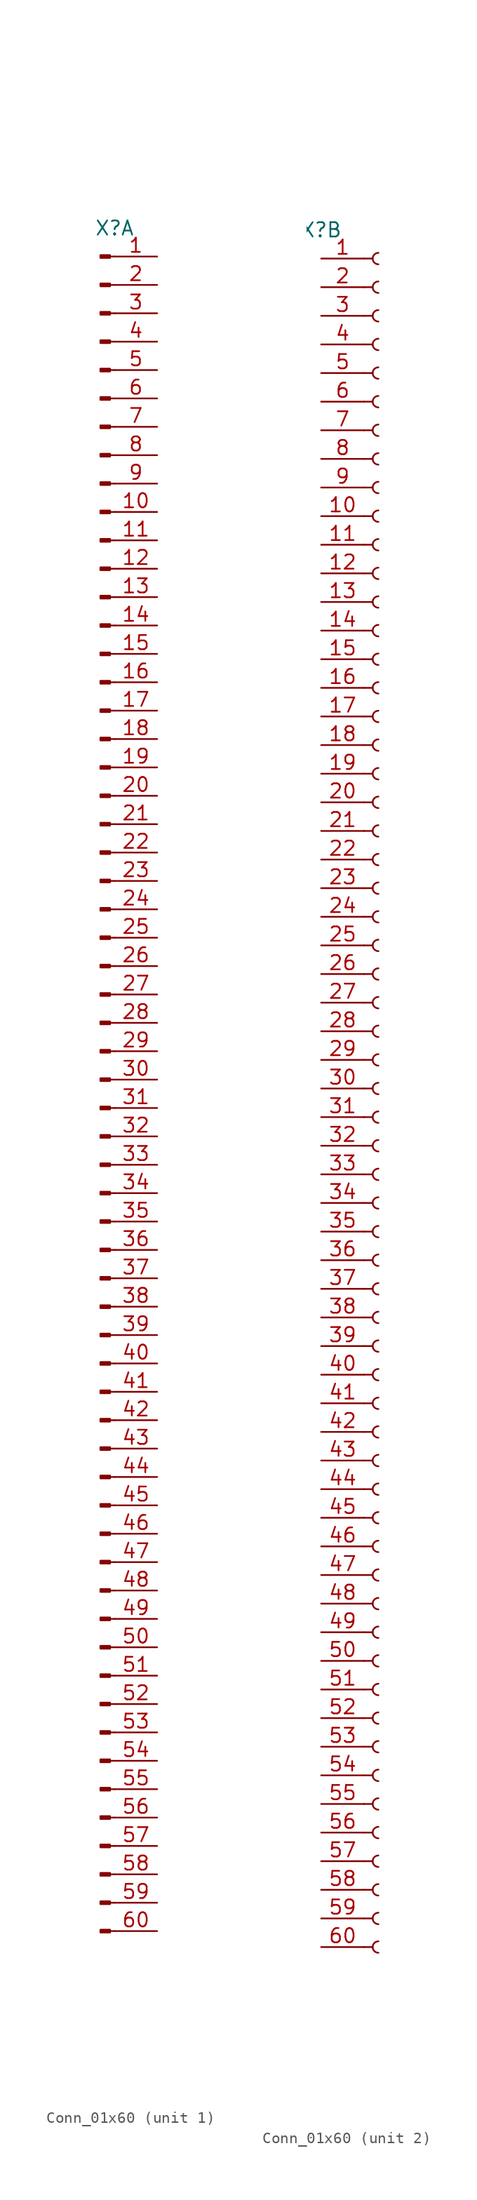
<source format=kicad_sym>
(kicad_symbol_lib
  (version 20241209)
  (generator "kicad_symbol_editor")
  (generator_version "9.0")
  (symbol "Conn_01x60"
    (pin_names
      (offset 1.016)
      (hide yes))
    (property "Reference" "X"
      (at 0 76.2 0)
      (effects (font (size 1.27 1.27))))
    (property "ki_locked" ""
      (at 0 0 0)
      (effects (font (size 1.27 1.27))))
    (symbol "Conn_01x60_1_1"
      (rectangle (start -0.406 73.787) (end -1.27 73.533) (stroke (width 0.152) (type default)) (fill (type outline)))
      (rectangle (start -0.406 71.247) (end -1.27 70.993) (stroke (width 0.152) (type default)) (fill (type outline)))
      (rectangle (start -0.406 68.707) (end -1.27 68.453) (stroke (width 0.152) (type default)) (fill (type outline)))
      (rectangle (start -0.406 66.167) (end -1.27 65.913) (stroke (width 0.152) (type default)) (fill (type outline)))
      (rectangle (start -0.406 63.627) (end -1.27 63.373) (stroke (width 0.152) (type default)) (fill (type outline)))
      (rectangle (start -0.406 61.087) (end -1.27 60.833) (stroke (width 0.152) (type default)) (fill (type outline)))
      (rectangle (start -0.406 58.547) (end -1.27 58.293) (stroke (width 0.152) (type default)) (fill (type outline)))
      (rectangle (start -0.406 56.007) (end -1.27 55.753) (stroke (width 0.152) (type default)) (fill (type outline)))
      (rectangle (start -0.406 53.467) (end -1.27 53.213) (stroke (width 0.152) (type default)) (fill (type outline)))
      (rectangle (start -0.406 50.927) (end -1.27 50.673) (stroke (width 0.152) (type default)) (fill (type outline)))
      (rectangle (start -0.406 48.387) (end -1.27 48.133) (stroke (width 0.152) (type default)) (fill (type outline)))
      (rectangle (start -0.406 45.847) (end -1.27 45.593) (stroke (width 0.152) (type default)) (fill (type outline)))
      (rectangle (start -0.406 43.307) (end -1.27 43.053) (stroke (width 0.152) (type default)) (fill (type outline)))
      (rectangle (start -0.406 40.767) (end -1.27 40.513) (stroke (width 0.152) (type default)) (fill (type outline)))
      (rectangle (start -0.406 38.227) (end -1.27 37.973) (stroke (width 0.152) (type default)) (fill (type outline)))
      (rectangle (start -0.406 35.687) (end -1.27 35.433) (stroke (width 0.152) (type default)) (fill (type outline)))
      (rectangle (start -0.406 33.147) (end -1.27 32.893) (stroke (width 0.152) (type default)) (fill (type outline)))
      (rectangle (start -0.406 30.607) (end -1.27 30.353) (stroke (width 0.152) (type default)) (fill (type outline)))
      (rectangle (start -0.406 28.067) (end -1.27 27.813) (stroke (width 0.152) (type default)) (fill (type outline)))
      (rectangle (start -0.406 25.527) (end -1.27 25.273) (stroke (width 0.152) (type default)) (fill (type outline)))
      (rectangle (start -0.406 22.987) (end -1.27 22.733) (stroke (width 0.152) (type default)) (fill (type outline)))
      (rectangle (start -0.406 20.447) (end -1.27 20.193) (stroke (width 0.152) (type default)) (fill (type outline)))
      (rectangle (start -0.406 17.907) (end -1.27 17.653) (stroke (width 0.152) (type default)) (fill (type outline)))
      (rectangle (start -0.406 15.367) (end -1.27 15.113) (stroke (width 0.152) (type default)) (fill (type outline)))
      (rectangle (start -0.406 12.827) (end -1.27 12.573) (stroke (width 0.152) (type default)) (fill (type outline)))
      (rectangle (start -0.406 10.287) (end -1.27 10.033) (stroke (width 0.152) (type default)) (fill (type outline)))
      (rectangle (start -0.406 7.747) (end -1.27 7.493) (stroke (width 0.152) (type default)) (fill (type outline)))
      (rectangle (start -0.406 5.207) (end -1.27 4.953) (stroke (width 0.152) (type default)) (fill (type outline)))
      (rectangle (start -0.406 2.667) (end -1.27 2.413) (stroke (width 0.152) (type default)) (fill (type outline)))
      (rectangle (start -0.406 0.127) (end -1.27 -0.127) (stroke (width 0.152) (type default)) (fill (type outline)))
      (rectangle (start -0.406 -2.413) (end -1.27 -2.667) (stroke (width 0.152) (type default)) (fill (type outline)))
      (rectangle (start -0.406 -4.953) (end -1.27 -5.207) (stroke (width 0.152) (type default)) (fill (type outline)))
      (rectangle (start -0.406 -7.493) (end -1.27 -7.747) (stroke (width 0.152) (type default)) (fill (type outline)))
      (rectangle (start -0.406 -10.033) (end -1.27 -10.287) (stroke (width 0.152) (type default)) (fill (type outline)))
      (rectangle (start -0.406 -12.573) (end -1.27 -12.827) (stroke (width 0.152) (type default)) (fill (type outline)))
      (rectangle (start -0.406 -15.113) (end -1.27 -15.367) (stroke (width 0.152) (type default)) (fill (type outline)))
      (rectangle (start -0.406 -17.653) (end -1.27 -17.907) (stroke (width 0.152) (type default)) (fill (type outline)))
      (rectangle (start -0.406 -20.193) (end -1.27 -20.447) (stroke (width 0.152) (type default)) (fill (type outline)))
      (rectangle (start -0.406 -22.733) (end -1.27 -22.987) (stroke (width 0.152) (type default)) (fill (type outline)))
      (rectangle (start -0.406 -25.273) (end -1.27 -25.527) (stroke (width 0.152) (type default)) (fill (type outline)))
      (rectangle (start -0.406 -27.813) (end -1.27 -28.067) (stroke (width 0.152) (type default)) (fill (type outline)))
      (rectangle (start -0.406 -30.353) (end -1.27 -30.607) (stroke (width 0.152) (type default)) (fill (type outline)))
      (rectangle (start -0.406 -32.893) (end -1.27 -33.147) (stroke (width 0.152) (type default)) (fill (type outline)))
      (rectangle (start -0.406 -35.433) (end -1.27 -35.687) (stroke (width 0.152) (type default)) (fill (type outline)))
      (rectangle (start -0.406 -37.973) (end -1.27 -38.227) (stroke (width 0.152) (type default)) (fill (type outline)))
      (rectangle (start -0.406 -40.513) (end -1.27 -40.767) (stroke (width 0.152) (type default)) (fill (type outline)))
      (rectangle (start -0.406 -43.053) (end -1.27 -43.307) (stroke (width 0.152) (type default)) (fill (type outline)))
      (rectangle (start -0.406 -45.593) (end -1.27 -45.847) (stroke (width 0.152) (type default)) (fill (type outline)))
      (rectangle (start -0.406 -48.133) (end -1.27 -48.387) (stroke (width 0.152) (type default)) (fill (type outline)))
      (rectangle (start -0.406 -50.673) (end -1.27 -50.927) (stroke (width 0.152) (type default)) (fill (type outline)))
      (rectangle (start -0.406 -53.213) (end -1.27 -53.467) (stroke (width 0.152) (type default)) (fill (type outline)))
      (rectangle (start -0.406 -55.753) (end -1.27 -56.007) (stroke (width 0.152) (type default)) (fill (type outline)))
      (rectangle (start -0.406 -58.293) (end -1.27 -58.547) (stroke (width 0.152) (type default)) (fill (type outline)))
      (rectangle (start -0.406 -60.833) (end -1.27 -61.087) (stroke (width 0.152) (type default)) (fill (type outline)))
      (rectangle (start -0.406 -63.373) (end -1.27 -63.627) (stroke (width 0.152) (type default)) (fill (type outline)))
      (rectangle (start -0.406 -65.913) (end -1.27 -66.167) (stroke (width 0.152) (type default)) (fill (type outline)))
      (rectangle (start -0.406 -68.453) (end -1.27 -68.707) (stroke (width 0.152) (type default)) (fill (type outline)))
      (rectangle (start -0.406 -70.993) (end -1.27 -71.247) (stroke (width 0.152) (type default)) (fill (type outline)))
      (rectangle (start -0.406 -73.533) (end -1.27 -73.787) (stroke (width 0.152) (type default)) (fill (type outline)))
      (rectangle (start -0.406 -76.073) (end -1.27 -76.327) (stroke (width 0.152) (type default)) (fill (type outline)))
      (polyline (pts (xy 0 73.66) (xy -0.406 73.66)) (stroke (width 0.152) (type default)) (fill (type none)))
      (polyline (pts (xy 0 71.12) (xy -0.406 71.12)) (stroke (width 0.152) (type default)) (fill (type none)))
      (polyline (pts (xy 0 68.58) (xy -0.406 68.58)) (stroke (width 0.152) (type default)) (fill (type none)))
      (polyline (pts (xy 0 66.04) (xy -0.406 66.04)) (stroke (width 0.152) (type default)) (fill (type none)))
      (polyline (pts (xy 0 63.5) (xy -0.406 63.5)) (stroke (width 0.152) (type default)) (fill (type none)))
      (polyline (pts (xy 0 60.96) (xy -0.406 60.96)) (stroke (width 0.152) (type default)) (fill (type none)))
      (polyline (pts (xy 0 58.42) (xy -0.406 58.42)) (stroke (width 0.152) (type default)) (fill (type none)))
      (polyline (pts (xy 0 55.88) (xy -0.406 55.88)) (stroke (width 0.152) (type default)) (fill (type none)))
      (polyline (pts (xy 0 53.34) (xy -0.406 53.34)) (stroke (width 0.152) (type default)) (fill (type none)))
      (polyline (pts (xy 0 50.8) (xy -0.406 50.8)) (stroke (width 0.152) (type default)) (fill (type none)))
      (polyline (pts (xy 0 48.26) (xy -0.406 48.26)) (stroke (width 0.152) (type default)) (fill (type none)))
      (polyline (pts (xy 0 45.72) (xy -0.406 45.72)) (stroke (width 0.152) (type default)) (fill (type none)))
      (polyline (pts (xy 0 43.18) (xy -0.406 43.18)) (stroke (width 0.152) (type default)) (fill (type none)))
      (polyline (pts (xy 0 40.64) (xy -0.406 40.64)) (stroke (width 0.152) (type default)) (fill (type none)))
      (polyline (pts (xy 0 38.1) (xy -0.406 38.1)) (stroke (width 0.152) (type default)) (fill (type none)))
      (polyline (pts (xy 0 35.56) (xy -0.406 35.56)) (stroke (width 0.152) (type default)) (fill (type none)))
      (polyline (pts (xy 0 33.02) (xy -0.406 33.02)) (stroke (width 0.152) (type default)) (fill (type none)))
      (polyline (pts (xy 0 30.48) (xy -0.406 30.48)) (stroke (width 0.152) (type default)) (fill (type none)))
      (polyline (pts (xy 0 27.94) (xy -0.406 27.94)) (stroke (width 0.152) (type default)) (fill (type none)))
      (polyline (pts (xy 0 25.4) (xy -0.406 25.4)) (stroke (width 0.152) (type default)) (fill (type none)))
      (polyline (pts (xy 0 22.86) (xy -0.406 22.86)) (stroke (width 0.152) (type default)) (fill (type none)))
      (polyline (pts (xy 0 20.32) (xy -0.406 20.32)) (stroke (width 0.152) (type default)) (fill (type none)))
      (polyline (pts (xy 0 17.78) (xy -0.406 17.78)) (stroke (width 0.152) (type default)) (fill (type none)))
      (polyline (pts (xy 0 15.24) (xy -0.406 15.24)) (stroke (width 0.152) (type default)) (fill (type none)))
      (polyline (pts (xy 0 12.7) (xy -0.406 12.7)) (stroke (width 0.152) (type default)) (fill (type none)))
      (polyline (pts (xy 0 10.16) (xy -0.406 10.16)) (stroke (width 0.152) (type default)) (fill (type none)))
      (polyline (pts (xy 0 7.62) (xy -0.406 7.62)) (stroke (width 0.152) (type default)) (fill (type none)))
      (polyline (pts (xy 0 5.08) (xy -0.406 5.08)) (stroke (width 0.152) (type default)) (fill (type none)))
      (polyline (pts (xy 0 2.54) (xy -0.406 2.54)) (stroke (width 0.152) (type default)) (fill (type none)))
      (polyline (pts (xy 0 0) (xy -0.406 0)) (stroke (width 0.152) (type default)) (fill (type none)))
      (polyline (pts (xy 0 -2.54) (xy -0.406 -2.54)) (stroke (width 0.152) (type default)) (fill (type none)))
      (polyline (pts (xy 0 -5.08) (xy -0.406 -5.08)) (stroke (width 0.152) (type default)) (fill (type none)))
      (polyline (pts (xy 0 -7.62) (xy -0.406 -7.62)) (stroke (width 0.152) (type default)) (fill (type none)))
      (polyline (pts (xy 0 -10.16) (xy -0.406 -10.16)) (stroke (width 0.152) (type default)) (fill (type none)))
      (polyline (pts (xy 0 -12.7) (xy -0.406 -12.7)) (stroke (width 0.152) (type default)) (fill (type none)))
      (polyline (pts (xy 0 -15.24) (xy -0.406 -15.24)) (stroke (width 0.152) (type default)) (fill (type none)))
      (polyline (pts (xy 0 -17.78) (xy -0.406 -17.78)) (stroke (width 0.152) (type default)) (fill (type none)))
      (polyline (pts (xy 0 -20.32) (xy -0.406 -20.32)) (stroke (width 0.152) (type default)) (fill (type none)))
      (polyline (pts (xy 0 -22.86) (xy -0.406 -22.86)) (stroke (width 0.152) (type default)) (fill (type none)))
      (polyline (pts (xy 0 -25.4) (xy -0.406 -25.4)) (stroke (width 0.152) (type default)) (fill (type none)))
      (polyline (pts (xy 0 -27.94) (xy -0.406 -27.94)) (stroke (width 0.152) (type default)) (fill (type none)))
      (polyline (pts (xy 0 -30.48) (xy -0.406 -30.48)) (stroke (width 0.152) (type default)) (fill (type none)))
      (polyline (pts (xy 0 -33.02) (xy -0.406 -33.02)) (stroke (width 0.152) (type default)) (fill (type none)))
      (polyline (pts (xy 0 -35.56) (xy -0.406 -35.56)) (stroke (width 0.152) (type default)) (fill (type none)))
      (polyline (pts (xy 0 -38.1) (xy -0.406 -38.1)) (stroke (width 0.152) (type default)) (fill (type none)))
      (polyline (pts (xy 0 -40.64) (xy -0.406 -40.64)) (stroke (width 0.152) (type default)) (fill (type none)))
      (polyline (pts (xy 0 -43.18) (xy -0.406 -43.18)) (stroke (width 0.152) (type default)) (fill (type none)))
      (polyline (pts (xy 0 -45.72) (xy -0.406 -45.72)) (stroke (width 0.152) (type default)) (fill (type none)))
      (polyline (pts (xy 0 -48.26) (xy -0.406 -48.26)) (stroke (width 0.152) (type default)) (fill (type none)))
      (polyline (pts (xy 0 -50.8) (xy -0.406 -50.8)) (stroke (width 0.152) (type default)) (fill (type none)))
      (polyline (pts (xy 0 -53.34) (xy -0.406 -53.34)) (stroke (width 0.152) (type default)) (fill (type none)))
      (polyline (pts (xy 0 -55.88) (xy -0.406 -55.88)) (stroke (width 0.152) (type default)) (fill (type none)))
      (polyline (pts (xy 0 -58.42) (xy -0.406 -58.42)) (stroke (width 0.152) (type default)) (fill (type none)))
      (polyline (pts (xy 0 -60.96) (xy -0.406 -60.96)) (stroke (width 0.152) (type default)) (fill (type none)))
      (polyline (pts (xy 0 -63.5) (xy -0.406 -63.5)) (stroke (width 0.152) (type default)) (fill (type none)))
      (polyline (pts (xy 0 -66.04) (xy -0.406 -66.04)) (stroke (width 0.152) (type default)) (fill (type none)))
      (polyline (pts (xy 0 -68.58) (xy -0.406 -68.58)) (stroke (width 0.152) (type default)) (fill (type none)))
      (polyline (pts (xy 0 -71.12) (xy -0.406 -71.12)) (stroke (width 0.152) (type default)) (fill (type none)))
      (polyline (pts (xy 0 -73.66) (xy -0.406 -73.66)) (stroke (width 0.152) (type default)) (fill (type none)))
      (polyline (pts (xy 0 -76.2) (xy -0.406 -76.2)) (stroke (width 0.152) (type default)) (fill (type none)))
      (pin passive line (at 3.81 73.66 180) (length 3.81) (name "Pin_1" (effects (font (size 1.27 1.27)))) (number "1" (effects (font (size 1.27 1.27)))))
      (pin passive line (at 3.81 71.12 180) (length 3.81) (name "Pin_2" (effects (font (size 1.27 1.27)))) (number "2" (effects (font (size 1.27 1.27)))))
      (pin passive line (at 3.81 68.58 180) (length 3.81) (name "Pin_3" (effects (font (size 1.27 1.27)))) (number "3" (effects (font (size 1.27 1.27)))))
      (pin passive line (at 3.81 66.04 180) (length 3.81) (name "Pin_4" (effects (font (size 1.27 1.27)))) (number "4" (effects (font (size 1.27 1.27)))))
      (pin passive line (at 3.81 63.5 180) (length 3.81) (name "Pin_5" (effects (font (size 1.27 1.27)))) (number "5" (effects (font (size 1.27 1.27)))))
      (pin passive line (at 3.81 60.96 180) (length 3.81) (name "Pin_6" (effects (font (size 1.27 1.27)))) (number "6" (effects (font (size 1.27 1.27)))))
      (pin passive line (at 3.81 58.42 180) (length 3.81) (name "Pin_7" (effects (font (size 1.27 1.27)))) (number "7" (effects (font (size 1.27 1.27)))))
      (pin passive line (at 3.81 55.88 180) (length 3.81) (name "Pin_8" (effects (font (size 1.27 1.27)))) (number "8" (effects (font (size 1.27 1.27)))))
      (pin passive line (at 3.81 53.34 180) (length 3.81) (name "Pin_9" (effects (font (size 1.27 1.27)))) (number "9" (effects (font (size 1.27 1.27)))))
      (pin passive line (at 3.81 50.8 180) (length 3.81) (name "Pin_10" (effects (font (size 1.27 1.27)))) (number "10" (effects (font (size 1.27 1.27)))))
      (pin passive line (at 3.81 48.26 180) (length 3.81) (name "Pin_11" (effects (font (size 1.27 1.27)))) (number "11" (effects (font (size 1.27 1.27)))))
      (pin passive line (at 3.81 45.72 180) (length 3.81) (name "Pin_12" (effects (font (size 1.27 1.27)))) (number "12" (effects (font (size 1.27 1.27)))))
      (pin passive line (at 3.81 43.18 180) (length 3.81) (name "Pin_13" (effects (font (size 1.27 1.27)))) (number "13" (effects (font (size 1.27 1.27)))))
      (pin passive line (at 3.81 40.64 180) (length 3.81) (name "Pin_14" (effects (font (size 1.27 1.27)))) (number "14" (effects (font (size 1.27 1.27)))))
      (pin passive line (at 3.81 38.1 180) (length 3.81) (name "Pin_15" (effects (font (size 1.27 1.27)))) (number "15" (effects (font (size 1.27 1.27)))))
      (pin passive line (at 3.81 35.56 180) (length 3.81) (name "Pin_16" (effects (font (size 1.27 1.27)))) (number "16" (effects (font (size 1.27 1.27)))))
      (pin passive line (at 3.81 33.02 180) (length 3.81) (name "Pin_17" (effects (font (size 1.27 1.27)))) (number "17" (effects (font (size 1.27 1.27)))))
      (pin passive line (at 3.81 30.48 180) (length 3.81) (name "Pin_18" (effects (font (size 1.27 1.27)))) (number "18" (effects (font (size 1.27 1.27)))))
      (pin passive line (at 3.81 27.94 180) (length 3.81) (name "Pin_19" (effects (font (size 1.27 1.27)))) (number "19" (effects (font (size 1.27 1.27)))))
      (pin passive line (at 3.81 25.4 180) (length 3.81) (name "Pin_20" (effects (font (size 1.27 1.27)))) (number "20" (effects (font (size 1.27 1.27)))))
      (pin passive line (at 3.81 22.86 180) (length 3.81) (name "Pin_21" (effects (font (size 1.27 1.27)))) (number "21" (effects (font (size 1.27 1.27)))))
      (pin passive line (at 3.81 20.32 180) (length 3.81) (name "Pin_22" (effects (font (size 1.27 1.27)))) (number "22" (effects (font (size 1.27 1.27)))))
      (pin passive line (at 3.81 17.78 180) (length 3.81) (name "Pin_23" (effects (font (size 1.27 1.27)))) (number "23" (effects (font (size 1.27 1.27)))))
      (pin passive line (at 3.81 15.24 180) (length 3.81) (name "Pin_24" (effects (font (size 1.27 1.27)))) (number "24" (effects (font (size 1.27 1.27)))))
      (pin passive line (at 3.81 12.7 180) (length 3.81) (name "Pin_25" (effects (font (size 1.27 1.27)))) (number "25" (effects (font (size 1.27 1.27)))))
      (pin passive line (at 3.81 10.16 180) (length 3.81) (name "Pin_26" (effects (font (size 1.27 1.27)))) (number "26" (effects (font (size 1.27 1.27)))))
      (pin passive line (at 3.81 7.62 180) (length 3.81) (name "Pin_27" (effects (font (size 1.27 1.27)))) (number "27" (effects (font (size 1.27 1.27)))))
      (pin passive line (at 3.81 5.08 180) (length 3.81) (name "Pin_28" (effects (font (size 1.27 1.27)))) (number "28" (effects (font (size 1.27 1.27)))))
      (pin passive line (at 3.81 2.54 180) (length 3.81) (name "Pin_29" (effects (font (size 1.27 1.27)))) (number "29" (effects (font (size 1.27 1.27)))))
      (pin passive line (at 3.81 0 180) (length 3.81) (name "Pin_30" (effects (font (size 1.27 1.27)))) (number "30" (effects (font (size 1.27 1.27)))))
      (pin passive line (at 3.81 -2.54 180) (length 3.81) (name "Pin_31" (effects (font (size 1.27 1.27)))) (number "31" (effects (font (size 1.27 1.27)))))
      (pin passive line (at 3.81 -5.08 180) (length 3.81) (name "Pin_32" (effects (font (size 1.27 1.27)))) (number "32" (effects (font (size 1.27 1.27)))))
      (pin passive line (at 3.81 -7.62 180) (length 3.81) (name "Pin_33" (effects (font (size 1.27 1.27)))) (number "33" (effects (font (size 1.27 1.27)))))
      (pin passive line (at 3.81 -10.16 180) (length 3.81) (name "Pin_34" (effects (font (size 1.27 1.27)))) (number "34" (effects (font (size 1.27 1.27)))))
      (pin passive line (at 3.81 -12.7 180) (length 3.81) (name "Pin_35" (effects (font (size 1.27 1.27)))) (number "35" (effects (font (size 1.27 1.27)))))
      (pin passive line (at 3.81 -15.24 180) (length 3.81) (name "Pin_36" (effects (font (size 1.27 1.27)))) (number "36" (effects (font (size 1.27 1.27)))))
      (pin passive line (at 3.81 -17.78 180) (length 3.81) (name "Pin_37" (effects (font (size 1.27 1.27)))) (number "37" (effects (font (size 1.27 1.27)))))
      (pin passive line (at 3.81 -20.32 180) (length 3.81) (name "Pin_38" (effects (font (size 1.27 1.27)))) (number "38" (effects (font (size 1.27 1.27)))))
      (pin passive line (at 3.81 -22.86 180) (length 3.81) (name "Pin_39" (effects (font (size 1.27 1.27)))) (number "39" (effects (font (size 1.27 1.27)))))
      (pin passive line (at 3.81 -25.4 180) (length 3.81) (name "Pin_40" (effects (font (size 1.27 1.27)))) (number "40" (effects (font (size 1.27 1.27)))))
      (pin passive line (at 3.81 -27.94 180) (length 3.81) (name "Pin_41" (effects (font (size 1.27 1.27)))) (number "41" (effects (font (size 1.27 1.27)))))
      (pin passive line (at 3.81 -30.48 180) (length 3.81) (name "Pin_42" (effects (font (size 1.27 1.27)))) (number "42" (effects (font (size 1.27 1.27)))))
      (pin passive line (at 3.81 -33.02 180) (length 3.81) (name "Pin_43" (effects (font (size 1.27 1.27)))) (number "43" (effects (font (size 1.27 1.27)))))
      (pin passive line (at 3.81 -35.56 180) (length 3.81) (name "Pin_44" (effects (font (size 1.27 1.27)))) (number "44" (effects (font (size 1.27 1.27)))))
      (pin passive line (at 3.81 -38.1 180) (length 3.81) (name "Pin_45" (effects (font (size 1.27 1.27)))) (number "45" (effects (font (size 1.27 1.27)))))
      (pin passive line (at 3.81 -40.64 180) (length 3.81) (name "Pin_46" (effects (font (size 1.27 1.27)))) (number "46" (effects (font (size 1.27 1.27)))))
      (pin passive line (at 3.81 -43.18 180) (length 3.81) (name "Pin_47" (effects (font (size 1.27 1.27)))) (number "47" (effects (font (size 1.27 1.27)))))
      (pin passive line (at 3.81 -45.72 180) (length 3.81) (name "Pin_48" (effects (font (size 1.27 1.27)))) (number "48" (effects (font (size 1.27 1.27)))))
      (pin passive line (at 3.81 -48.26 180) (length 3.81) (name "Pin_49" (effects (font (size 1.27 1.27)))) (number "49" (effects (font (size 1.27 1.27)))))
      (pin passive line (at 3.81 -50.8 180) (length 3.81) (name "Pin_50" (effects (font (size 1.27 1.27)))) (number "50" (effects (font (size 1.27 1.27)))))
      (pin passive line (at 3.81 -53.34 180) (length 3.81) (name "Pin_51" (effects (font (size 1.27 1.27)))) (number "51" (effects (font (size 1.27 1.27)))))
      (pin passive line (at 3.81 -55.88 180) (length 3.81) (name "Pin_52" (effects (font (size 1.27 1.27)))) (number "52" (effects (font (size 1.27 1.27)))))
      (pin passive line (at 3.81 -58.42 180) (length 3.81) (name "Pin_53" (effects (font (size 1.27 1.27)))) (number "53" (effects (font (size 1.27 1.27)))))
      (pin passive line (at 3.81 -60.96 180) (length 3.81) (name "Pin_54" (effects (font (size 1.27 1.27)))) (number "54" (effects (font (size 1.27 1.27)))))
      (pin passive line (at 3.81 -63.5 180) (length 3.81) (name "Pin_55" (effects (font (size 1.27 1.27)))) (number "55" (effects (font (size 1.27 1.27)))))
      (pin passive line (at 3.81 -66.04 180) (length 3.81) (name "Pin_56" (effects (font (size 1.27 1.27)))) (number "56" (effects (font (size 1.27 1.27)))))
      (pin passive line (at 3.81 -68.58 180) (length 3.81) (name "Pin_57" (effects (font (size 1.27 1.27)))) (number "57" (effects (font (size 1.27 1.27)))))
      (pin passive line (at 3.81 -71.12 180) (length 3.81) (name "Pin_58" (effects (font (size 1.27 1.27)))) (number "58" (effects (font (size 1.27 1.27)))))
      (pin passive line (at 3.81 -73.66 180) (length 3.81) (name "Pin_59" (effects (font (size 1.27 1.27)))) (number "59" (effects (font (size 1.27 1.27)))))
      (pin passive line (at 3.81 -76.2 180) (length 3.81) (name "Pin_60" (effects (font (size 1.27 1.27)))) (number "60" (effects (font (size 1.27 1.27))))))
    (symbol "Conn_01x60_2_1"
      (polyline (pts (xy 3.81 73.66) (xy 4.572 73.66)) (stroke (width 0.152) (type default)) (fill (type none)))
      (polyline (pts (xy 3.81 71.12) (xy 4.572 71.12)) (stroke (width 0.152) (type default)) (fill (type none)))
      (polyline (pts (xy 3.81 68.58) (xy 4.572 68.58)) (stroke (width 0.152) (type default)) (fill (type none)))
      (polyline (pts (xy 3.81 66.04) (xy 4.572 66.04)) (stroke (width 0.152) (type default)) (fill (type none)))
      (polyline (pts (xy 3.81 63.5) (xy 4.572 63.5)) (stroke (width 0.152) (type default)) (fill (type none)))
      (polyline (pts (xy 3.81 60.96) (xy 4.572 60.96)) (stroke (width 0.152) (type default)) (fill (type none)))
      (polyline (pts (xy 3.81 58.42) (xy 4.572 58.42)) (stroke (width 0.152) (type default)) (fill (type none)))
      (polyline (pts (xy 3.81 55.88) (xy 4.572 55.88)) (stroke (width 0.152) (type default)) (fill (type none)))
      (polyline (pts (xy 3.81 53.34) (xy 4.572 53.34)) (stroke (width 0.152) (type default)) (fill (type none)))
      (polyline (pts (xy 3.81 50.8) (xy 4.572 50.8)) (stroke (width 0.152) (type default)) (fill (type none)))
      (polyline (pts (xy 3.81 48.26) (xy 4.572 48.26)) (stroke (width 0.152) (type default)) (fill (type none)))
      (polyline (pts (xy 3.81 45.72) (xy 4.572 45.72)) (stroke (width 0.152) (type default)) (fill (type none)))
      (polyline (pts (xy 3.81 43.18) (xy 4.572 43.18)) (stroke (width 0.152) (type default)) (fill (type none)))
      (polyline (pts (xy 3.81 40.64) (xy 4.572 40.64)) (stroke (width 0.152) (type default)) (fill (type none)))
      (polyline (pts (xy 3.81 38.1) (xy 4.572 38.1)) (stroke (width 0.152) (type default)) (fill (type none)))
      (polyline (pts (xy 3.81 35.56) (xy 4.572 35.56)) (stroke (width 0.152) (type default)) (fill (type none)))
      (polyline (pts (xy 3.81 33.02) (xy 4.572 33.02)) (stroke (width 0.152) (type default)) (fill (type none)))
      (polyline (pts (xy 3.81 30.48) (xy 4.572 30.48)) (stroke (width 0.152) (type default)) (fill (type none)))
      (polyline (pts (xy 3.81 27.94) (xy 4.572 27.94)) (stroke (width 0.152) (type default)) (fill (type none)))
      (polyline (pts (xy 3.81 25.4) (xy 4.572 25.4)) (stroke (width 0.152) (type default)) (fill (type none)))
      (polyline (pts (xy 3.81 22.86) (xy 4.572 22.86)) (stroke (width 0.152) (type default)) (fill (type none)))
      (polyline (pts (xy 3.81 20.32) (xy 4.572 20.32)) (stroke (width 0.152) (type default)) (fill (type none)))
      (polyline (pts (xy 3.81 17.78) (xy 4.572 17.78)) (stroke (width 0.152) (type default)) (fill (type none)))
      (polyline (pts (xy 3.81 15.24) (xy 4.572 15.24)) (stroke (width 0.152) (type default)) (fill (type none)))
      (polyline (pts (xy 3.81 12.7) (xy 4.572 12.7)) (stroke (width 0.152) (type default)) (fill (type none)))
      (polyline (pts (xy 3.81 10.16) (xy 4.572 10.16)) (stroke (width 0.152) (type default)) (fill (type none)))
      (polyline (pts (xy 3.81 7.62) (xy 4.572 7.62)) (stroke (width 0.152) (type default)) (fill (type none)))
      (polyline (pts (xy 3.81 5.08) (xy 4.572 5.08)) (stroke (width 0.152) (type default)) (fill (type none)))
      (polyline (pts (xy 3.81 2.54) (xy 4.572 2.54)) (stroke (width 0.152) (type default)) (fill (type none)))
      (polyline (pts (xy 3.81 0) (xy 4.572 0)) (stroke (width 0.152) (type default)) (fill (type none)))
      (polyline (pts (xy 3.81 -2.54) (xy 4.572 -2.54)) (stroke (width 0.152) (type default)) (fill (type none)))
      (polyline (pts (xy 3.81 -5.08) (xy 4.572 -5.08)) (stroke (width 0.152) (type default)) (fill (type none)))
      (polyline (pts (xy 3.81 -7.62) (xy 4.572 -7.62)) (stroke (width 0.152) (type default)) (fill (type none)))
      (polyline (pts (xy 3.81 -10.16) (xy 4.572 -10.16)) (stroke (width 0.152) (type default)) (fill (type none)))
      (polyline (pts (xy 3.81 -12.7) (xy 4.572 -12.7)) (stroke (width 0.152) (type default)) (fill (type none)))
      (polyline (pts (xy 3.81 -15.24) (xy 4.572 -15.24)) (stroke (width 0.152) (type default)) (fill (type none)))
      (polyline (pts (xy 3.81 -17.78) (xy 4.572 -17.78)) (stroke (width 0.152) (type default)) (fill (type none)))
      (polyline (pts (xy 3.81 -20.32) (xy 4.572 -20.32)) (stroke (width 0.152) (type default)) (fill (type none)))
      (polyline (pts (xy 3.81 -22.86) (xy 4.572 -22.86)) (stroke (width 0.152) (type default)) (fill (type none)))
      (polyline (pts (xy 3.81 -25.4) (xy 4.572 -25.4)) (stroke (width 0.152) (type default)) (fill (type none)))
      (polyline (pts (xy 3.81 -27.94) (xy 4.572 -27.94)) (stroke (width 0.152) (type default)) (fill (type none)))
      (polyline (pts (xy 3.81 -30.48) (xy 4.572 -30.48)) (stroke (width 0.152) (type default)) (fill (type none)))
      (polyline (pts (xy 3.81 -33.02) (xy 4.572 -33.02)) (stroke (width 0.152) (type default)) (fill (type none)))
      (polyline (pts (xy 3.81 -35.56) (xy 4.572 -35.56)) (stroke (width 0.152) (type default)) (fill (type none)))
      (polyline (pts (xy 3.81 -38.1) (xy 4.572 -38.1)) (stroke (width 0.152) (type default)) (fill (type none)))
      (polyline (pts (xy 3.81 -40.64) (xy 4.572 -40.64)) (stroke (width 0.152) (type default)) (fill (type none)))
      (polyline (pts (xy 3.81 -43.18) (xy 4.572 -43.18)) (stroke (width 0.152) (type default)) (fill (type none)))
      (polyline (pts (xy 3.81 -45.72) (xy 4.572 -45.72)) (stroke (width 0.152) (type default)) (fill (type none)))
      (polyline (pts (xy 3.81 -48.26) (xy 4.572 -48.26)) (stroke (width 0.152) (type default)) (fill (type none)))
      (polyline (pts (xy 3.81 -50.8) (xy 4.572 -50.8)) (stroke (width 0.152) (type default)) (fill (type none)))
      (polyline (pts (xy 3.81 -53.34) (xy 4.572 -53.34)) (stroke (width 0.152) (type default)) (fill (type none)))
      (polyline (pts (xy 3.81 -55.88) (xy 4.572 -55.88)) (stroke (width 0.152) (type default)) (fill (type none)))
      (polyline (pts (xy 3.81 -58.42) (xy 4.572 -58.42)) (stroke (width 0.152) (type default)) (fill (type none)))
      (polyline (pts (xy 3.81 -60.96) (xy 4.572 -60.96)) (stroke (width 0.152) (type default)) (fill (type none)))
      (polyline (pts (xy 3.81 -63.5) (xy 4.572 -63.5)) (stroke (width 0.152) (type default)) (fill (type none)))
      (polyline (pts (xy 3.81 -66.04) (xy 4.572 -66.04)) (stroke (width 0.152) (type default)) (fill (type none)))
      (polyline (pts (xy 3.81 -68.58) (xy 4.572 -68.58)) (stroke (width 0.152) (type default)) (fill (type none)))
      (polyline (pts (xy 3.81 -71.12) (xy 4.572 -71.12)) (stroke (width 0.152) (type default)) (fill (type none)))
      (polyline (pts (xy 3.81 -73.66) (xy 4.572 -73.66)) (stroke (width 0.152) (type default)) (fill (type none)))
      (polyline (pts (xy 3.81 -76.2) (xy 4.572 -76.2)) (stroke (width 0.152) (type default)) (fill (type none)))
      (arc (start 5.08 73.152) (mid 4.5742 73.66) (end 5.08 74.168) (stroke (width 0.1524) (type default)) (fill (type none)))
      (arc (start 5.08 70.612) (mid 4.5742 71.12) (end 5.08 71.628) (stroke (width 0.1524) (type default)) (fill (type none)))
      (arc (start 5.08 68.072) (mid 4.5742 68.58) (end 5.08 69.088) (stroke (width 0.1524) (type default)) (fill (type none)))
      (arc (start 5.08 65.532) (mid 4.5742 66.04) (end 5.08 66.548) (stroke (width 0.1524) (type default)) (fill (type none)))
      (arc (start 5.08 62.992) (mid 4.5742 63.5) (end 5.08 64.008) (stroke (width 0.1524) (type default)) (fill (type none)))
      (arc (start 5.08 60.452) (mid 4.5742 60.96) (end 5.08 61.468) (stroke (width 0.1524) (type default)) (fill (type none)))
      (arc (start 5.08 57.912) (mid 4.5742 58.42) (end 5.08 58.928) (stroke (width 0.1524) (type default)) (fill (type none)))
      (arc (start 5.08 55.372) (mid 4.5742 55.88) (end 5.08 56.388) (stroke (width 0.1524) (type default)) (fill (type none)))
      (arc (start 5.08 52.832) (mid 4.5742 53.34) (end 5.08 53.848) (stroke (width 0.1524) (type default)) (fill (type none)))
      (arc (start 5.08 50.292) (mid 4.5742 50.8) (end 5.08 51.308) (stroke (width 0.1524) (type default)) (fill (type none)))
      (arc (start 5.08 47.752) (mid 4.5742 48.26) (end 5.08 48.768) (stroke (width 0.1524) (type default)) (fill (type none)))
      (arc (start 5.08 45.212) (mid 4.5742 45.72) (end 5.08 46.228) (stroke (width 0.1524) (type default)) (fill (type none)))
      (arc (start 5.08 42.672) (mid 4.5742 43.18) (end 5.08 43.688) (stroke (width 0.1524) (type default)) (fill (type none)))
      (arc (start 5.08 40.132) (mid 4.5742 40.64) (end 5.08 41.148) (stroke (width 0.1524) (type default)) (fill (type none)))
      (arc (start 5.08 37.592) (mid 4.5742 38.1) (end 5.08 38.608) (stroke (width 0.1524) (type default)) (fill (type none)))
      (arc (start 5.08 35.052) (mid 4.5742 35.56) (end 5.08 36.068) (stroke (width 0.1524) (type default)) (fill (type none)))
      (arc (start 5.08 32.512) (mid 4.5742 33.02) (end 5.08 33.528) (stroke (width 0.1524) (type default)) (fill (type none)))
      (arc (start 5.08 29.972) (mid 4.5742 30.48) (end 5.08 30.988) (stroke (width 0.1524) (type default)) (fill (type none)))
      (arc (start 5.08 27.432) (mid 4.5742 27.94) (end 5.08 28.448) (stroke (width 0.1524) (type default)) (fill (type none)))
      (arc (start 5.08 24.892) (mid 4.5742 25.4) (end 5.08 25.908) (stroke (width 0.1524) (type default)) (fill (type none)))
      (arc (start 5.08 22.352) (mid 4.5742 22.86) (end 5.08 23.368) (stroke (width 0.1524) (type default)) (fill (type none)))
      (arc (start 5.08 19.812) (mid 4.5742 20.32) (end 5.08 20.828) (stroke (width 0.1524) (type default)) (fill (type none)))
      (arc (start 5.08 17.272) (mid 4.5742 17.78) (end 5.08 18.288) (stroke (width 0.1524) (type default)) (fill (type none)))
      (arc (start 5.08 14.732) (mid 4.5742 15.24) (end 5.08 15.748) (stroke (width 0.1524) (type default)) (fill (type none)))
      (arc (start 5.08 12.192) (mid 4.5742 12.7) (end 5.08 13.208) (stroke (width 0.1524) (type default)) (fill (type none)))
      (arc (start 5.08 9.652) (mid 4.5742 10.16) (end 5.08 10.668) (stroke (width 0.1524) (type default)) (fill (type none)))
      (arc (start 5.08 7.112) (mid 4.5742 7.62) (end 5.08 8.128) (stroke (width 0.1524) (type default)) (fill (type none)))
      (arc (start 5.08 4.572) (mid 4.5742 5.08) (end 5.08 5.588) (stroke (width 0.1524) (type default)) (fill (type none)))
      (arc (start 5.08 2.032) (mid 4.5742 2.54) (end 5.08 3.048) (stroke (width 0.1524) (type default)) (fill (type none)))
      (arc (start 5.08 -0.508) (mid 4.5742 0) (end 5.08 0.508) (stroke (width 0.1524) (type default)) (fill (type none)))
      (arc (start 5.08 -3.048) (mid 4.5742 -2.54) (end 5.08 -2.032) (stroke (width 0.1524) (type default)) (fill (type none)))
      (arc (start 5.08 -5.588) (mid 4.5742 -5.08) (end 5.08 -4.572) (stroke (width 0.1524) (type default)) (fill (type none)))
      (arc (start 5.08 -8.128) (mid 4.5742 -7.62) (end 5.08 -7.112) (stroke (width 0.1524) (type default)) (fill (type none)))
      (arc (start 5.08 -10.668) (mid 4.5742 -10.16) (end 5.08 -9.652) (stroke (width 0.1524) (type default)) (fill (type none)))
      (arc (start 5.08 -13.208) (mid 4.5742 -12.7) (end 5.08 -12.192) (stroke (width 0.1524) (type default)) (fill (type none)))
      (arc (start 5.08 -15.748) (mid 4.5742 -15.24) (end 5.08 -14.732) (stroke (width 0.1524) (type default)) (fill (type none)))
      (arc (start 5.08 -18.288) (mid 4.5742 -17.78) (end 5.08 -17.272) (stroke (width 0.1524) (type default)) (fill (type none)))
      (arc (start 5.08 -20.828) (mid 4.5742 -20.32) (end 5.08 -19.812) (stroke (width 0.1524) (type default)) (fill (type none)))
      (arc (start 5.08 -23.368) (mid 4.5742 -22.86) (end 5.08 -22.352) (stroke (width 0.1524) (type default)) (fill (type none)))
      (arc (start 5.08 -25.908) (mid 4.5742 -25.4) (end 5.08 -24.892) (stroke (width 0.1524) (type default)) (fill (type none)))
      (arc (start 5.08 -28.448) (mid 4.5742 -27.94) (end 5.08 -27.432) (stroke (width 0.1524) (type default)) (fill (type none)))
      (arc (start 5.08 -30.988) (mid 4.5742 -30.48) (end 5.08 -29.972) (stroke (width 0.1524) (type default)) (fill (type none)))
      (arc (start 5.08 -33.528) (mid 4.5742 -33.02) (end 5.08 -32.512) (stroke (width 0.1524) (type default)) (fill (type none)))
      (arc (start 5.08 -36.068) (mid 4.5742 -35.56) (end 5.08 -35.052) (stroke (width 0.1524) (type default)) (fill (type none)))
      (arc (start 5.08 -38.608) (mid 4.5742 -38.1) (end 5.08 -37.592) (stroke (width 0.1524) (type default)) (fill (type none)))
      (arc (start 5.08 -41.148) (mid 4.5742 -40.64) (end 5.08 -40.132) (stroke (width 0.1524) (type default)) (fill (type none)))
      (arc (start 5.08 -43.688) (mid 4.5742 -43.18) (end 5.08 -42.672) (stroke (width 0.1524) (type default)) (fill (type none)))
      (arc (start 5.08 -46.228) (mid 4.5742 -45.72) (end 5.08 -45.212) (stroke (width 0.1524) (type default)) (fill (type none)))
      (arc (start 5.08 -48.768) (mid 4.5742 -48.26) (end 5.08 -47.752) (stroke (width 0.1524) (type default)) (fill (type none)))
      (arc (start 5.08 -51.308) (mid 4.5742 -50.8) (end 5.08 -50.292) (stroke (width 0.1524) (type default)) (fill (type none)))
      (arc (start 5.08 -53.848) (mid 4.5742 -53.34) (end 5.08 -52.832) (stroke (width 0.1524) (type default)) (fill (type none)))
      (arc (start 5.08 -56.388) (mid 4.5742 -55.88) (end 5.08 -55.372) (stroke (width 0.1524) (type default)) (fill (type none)))
      (arc (start 5.08 -58.928) (mid 4.5742 -58.42) (end 5.08 -57.912) (stroke (width 0.1524) (type default)) (fill (type none)))
      (arc (start 5.08 -61.468) (mid 4.5742 -60.96) (end 5.08 -60.452) (stroke (width 0.1524) (type default)) (fill (type none)))
      (arc (start 5.08 -64.008) (mid 4.5742 -63.5) (end 5.08 -62.992) (stroke (width 0.1524) (type default)) (fill (type none)))
      (arc (start 5.08 -66.548) (mid 4.5742 -66.04) (end 5.08 -65.532) (stroke (width 0.1524) (type default)) (fill (type none)))
      (arc (start 5.08 -69.088) (mid 4.5742 -68.58) (end 5.08 -68.072) (stroke (width 0.1524) (type default)) (fill (type none)))
      (arc (start 5.08 -71.628) (mid 4.5742 -71.12) (end 5.08 -70.612) (stroke (width 0.1524) (type default)) (fill (type none)))
      (arc (start 5.08 -74.168) (mid 4.5742 -73.66) (end 5.08 -73.152) (stroke (width 0.1524) (type default)) (fill (type none)))
      (arc (start 5.08 -76.708) (mid 4.5742 -76.2) (end 5.08 -75.692) (stroke (width 0.1524) (type default)) (fill (type none)))
      (pin passive line (at 0 73.66 0) (length 3.81) (name "Pin_1" (effects (font (size 1.27 1.27)))) (number "1" (effects (font (size 1.27 1.27)))))
      (pin passive line (at 0 71.12 0) (length 3.81) (name "Pin_2" (effects (font (size 1.27 1.27)))) (number "2" (effects (font (size 1.27 1.27)))))
      (pin passive line (at 0 68.58 0) (length 3.81) (name "Pin_3" (effects (font (size 1.27 1.27)))) (number "3" (effects (font (size 1.27 1.27)))))
      (pin passive line (at 0 66.04 0) (length 3.81) (name "Pin_4" (effects (font (size 1.27 1.27)))) (number "4" (effects (font (size 1.27 1.27)))))
      (pin passive line (at 0 63.5 0) (length 3.81) (name "Pin_5" (effects (font (size 1.27 1.27)))) (number "5" (effects (font (size 1.27 1.27)))))
      (pin passive line (at 0 60.96 0) (length 3.81) (name "Pin_6" (effects (font (size 1.27 1.27)))) (number "6" (effects (font (size 1.27 1.27)))))
      (pin passive line (at 0 58.42 0) (length 3.81) (name "Pin_7" (effects (font (size 1.27 1.27)))) (number "7" (effects (font (size 1.27 1.27)))))
      (pin passive line (at 0 55.88 0) (length 3.81) (name "Pin_8" (effects (font (size 1.27 1.27)))) (number "8" (effects (font (size 1.27 1.27)))))
      (pin passive line (at 0 53.34 0) (length 3.81) (name "Pin_9" (effects (font (size 1.27 1.27)))) (number "9" (effects (font (size 1.27 1.27)))))
      (pin passive line (at 0 50.8 0) (length 3.81) (name "Pin_10" (effects (font (size 1.27 1.27)))) (number "10" (effects (font (size 1.27 1.27)))))
      (pin passive line (at 0 48.26 0) (length 3.81) (name "Pin_11" (effects (font (size 1.27 1.27)))) (number "11" (effects (font (size 1.27 1.27)))))
      (pin passive line (at 0 45.72 0) (length 3.81) (name "Pin_12" (effects (font (size 1.27 1.27)))) (number "12" (effects (font (size 1.27 1.27)))))
      (pin passive line (at 0 43.18 0) (length 3.81) (name "Pin_13" (effects (font (size 1.27 1.27)))) (number "13" (effects (font (size 1.27 1.27)))))
      (pin passive line (at 0 40.64 0) (length 3.81) (name "Pin_14" (effects (font (size 1.27 1.27)))) (number "14" (effects (font (size 1.27 1.27)))))
      (pin passive line (at 0 38.1 0) (length 3.81) (name "Pin_15" (effects (font (size 1.27 1.27)))) (number "15" (effects (font (size 1.27 1.27)))))
      (pin passive line (at 0 35.56 0) (length 3.81) (name "Pin_16" (effects (font (size 1.27 1.27)))) (number "16" (effects (font (size 1.27 1.27)))))
      (pin passive line (at 0 33.02 0) (length 3.81) (name "Pin_17" (effects (font (size 1.27 1.27)))) (number "17" (effects (font (size 1.27 1.27)))))
      (pin passive line (at 0 30.48 0) (length 3.81) (name "Pin_18" (effects (font (size 1.27 1.27)))) (number "18" (effects (font (size 1.27 1.27)))))
      (pin passive line (at 0 27.94 0) (length 3.81) (name "Pin_19" (effects (font (size 1.27 1.27)))) (number "19" (effects (font (size 1.27 1.27)))))
      (pin passive line (at 0 25.4 0) (length 3.81) (name "Pin_20" (effects (font (size 1.27 1.27)))) (number "20" (effects (font (size 1.27 1.27)))))
      (pin passive line (at 0 22.86 0) (length 3.81) (name "Pin_21" (effects (font (size 1.27 1.27)))) (number "21" (effects (font (size 1.27 1.27)))))
      (pin passive line (at 0 20.32 0) (length 3.81) (name "Pin_22" (effects (font (size 1.27 1.27)))) (number "22" (effects (font (size 1.27 1.27)))))
      (pin passive line (at 0 17.78 0) (length 3.81) (name "Pin_23" (effects (font (size 1.27 1.27)))) (number "23" (effects (font (size 1.27 1.27)))))
      (pin passive line (at 0 15.24 0) (length 3.81) (name "Pin_24" (effects (font (size 1.27 1.27)))) (number "24" (effects (font (size 1.27 1.27)))))
      (pin passive line (at 0 12.7 0) (length 3.81) (name "Pin_25" (effects (font (size 1.27 1.27)))) (number "25" (effects (font (size 1.27 1.27)))))
      (pin passive line (at 0 10.16 0) (length 3.81) (name "Pin_26" (effects (font (size 1.27 1.27)))) (number "26" (effects (font (size 1.27 1.27)))))
      (pin passive line (at 0 7.62 0) (length 3.81) (name "Pin_27" (effects (font (size 1.27 1.27)))) (number "27" (effects (font (size 1.27 1.27)))))
      (pin passive line (at 0 5.08 0) (length 3.81) (name "Pin_28" (effects (font (size 1.27 1.27)))) (number "28" (effects (font (size 1.27 1.27)))))
      (pin passive line (at 0 2.54 0) (length 3.81) (name "Pin_29" (effects (font (size 1.27 1.27)))) (number "29" (effects (font (size 1.27 1.27)))))
      (pin passive line (at 0 0 0) (length 3.81) (name "Pin_30" (effects (font (size 1.27 1.27)))) (number "30" (effects (font (size 1.27 1.27)))))
      (pin passive line (at 0 -2.54 0) (length 3.81) (name "Pin_31" (effects (font (size 1.27 1.27)))) (number "31" (effects (font (size 1.27 1.27)))))
      (pin passive line (at 0 -5.08 0) (length 3.81) (name "Pin_32" (effects (font (size 1.27 1.27)))) (number "32" (effects (font (size 1.27 1.27)))))
      (pin passive line (at 0 -7.62 0) (length 3.81) (name "Pin_33" (effects (font (size 1.27 1.27)))) (number "33" (effects (font (size 1.27 1.27)))))
      (pin passive line (at 0 -10.16 0) (length 3.81) (name "Pin_34" (effects (font (size 1.27 1.27)))) (number "34" (effects (font (size 1.27 1.27)))))
      (pin passive line (at 0 -12.7 0) (length 3.81) (name "Pin_35" (effects (font (size 1.27 1.27)))) (number "35" (effects (font (size 1.27 1.27)))))
      (pin passive line (at 0 -15.24 0) (length 3.81) (name "Pin_36" (effects (font (size 1.27 1.27)))) (number "36" (effects (font (size 1.27 1.27)))))
      (pin passive line (at 0 -17.78 0) (length 3.81) (name "Pin_37" (effects (font (size 1.27 1.27)))) (number "37" (effects (font (size 1.27 1.27)))))
      (pin passive line (at 0 -20.32 0) (length 3.81) (name "Pin_38" (effects (font (size 1.27 1.27)))) (number "38" (effects (font (size 1.27 1.27)))))
      (pin passive line (at 0 -22.86 0) (length 3.81) (name "Pin_39" (effects (font (size 1.27 1.27)))) (number "39" (effects (font (size 1.27 1.27)))))
      (pin passive line (at 0 -25.4 0) (length 3.81) (name "Pin_40" (effects (font (size 1.27 1.27)))) (number "40" (effects (font (size 1.27 1.27)))))
      (pin passive line (at 0 -27.94 0) (length 3.81) (name "Pin_41" (effects (font (size 1.27 1.27)))) (number "41" (effects (font (size 1.27 1.27)))))
      (pin passive line (at 0 -30.48 0) (length 3.81) (name "Pin_42" (effects (font (size 1.27 1.27)))) (number "42" (effects (font (size 1.27 1.27)))))
      (pin passive line (at 0 -33.02 0) (length 3.81) (name "Pin_43" (effects (font (size 1.27 1.27)))) (number "43" (effects (font (size 1.27 1.27)))))
      (pin passive line (at 0 -35.56 0) (length 3.81) (name "Pin_44" (effects (font (size 1.27 1.27)))) (number "44" (effects (font (size 1.27 1.27)))))
      (pin passive line (at 0 -38.1 0) (length 3.81) (name "Pin_45" (effects (font (size 1.27 1.27)))) (number "45" (effects (font (size 1.27 1.27)))))
      (pin passive line (at 0 -40.64 0) (length 3.81) (name "Pin_46" (effects (font (size 1.27 1.27)))) (number "46" (effects (font (size 1.27 1.27)))))
      (pin passive line (at 0 -43.18 0) (length 3.81) (name "Pin_47" (effects (font (size 1.27 1.27)))) (number "47" (effects (font (size 1.27 1.27)))))
      (pin passive line (at 0 -45.72 0) (length 3.81) (name "Pin_48" (effects (font (size 1.27 1.27)))) (number "48" (effects (font (size 1.27 1.27)))))
      (pin passive line (at 0 -48.26 0) (length 3.81) (name "Pin_49" (effects (font (size 1.27 1.27)))) (number "49" (effects (font (size 1.27 1.27)))))
      (pin passive line (at 0 -50.8 0) (length 3.81) (name "Pin_50" (effects (font (size 1.27 1.27)))) (number "50" (effects (font (size 1.27 1.27)))))
      (pin passive line (at 0 -53.34 0) (length 3.81) (name "Pin_51" (effects (font (size 1.27 1.27)))) (number "51" (effects (font (size 1.27 1.27)))))
      (pin passive line (at 0 -55.88 0) (length 3.81) (name "Pin_52" (effects (font (size 1.27 1.27)))) (number "52" (effects (font (size 1.27 1.27)))))
      (pin passive line (at 0 -58.42 0) (length 3.81) (name "Pin_53" (effects (font (size 1.27 1.27)))) (number "53" (effects (font (size 1.27 1.27)))))
      (pin passive line (at 0 -60.96 0) (length 3.81) (name "Pin_54" (effects (font (size 1.27 1.27)))) (number "54" (effects (font (size 1.27 1.27)))))
      (pin passive line (at 0 -63.5 0) (length 3.81) (name "Pin_55" (effects (font (size 1.27 1.27)))) (number "55" (effects (font (size 1.27 1.27)))))
      (pin passive line (at 0 -66.04 0) (length 3.81) (name "Pin_56" (effects (font (size 1.27 1.27)))) (number "56" (effects (font (size 1.27 1.27)))))
      (pin passive line (at 0 -68.58 0) (length 3.81) (name "Pin_57" (effects (font (size 1.27 1.27)))) (number "57" (effects (font (size 1.27 1.27)))))
      (pin passive line (at 0 -71.12 0) (length 3.81) (name "Pin_58" (effects (font (size 1.27 1.27)))) (number "58" (effects (font (size 1.27 1.27)))))
      (pin passive line (at 0 -73.66 0) (length 3.81) (name "Pin_59" (effects (font (size 1.27 1.27)))) (number "59" (effects (font (size 1.27 1.27)))))
      (pin passive line (at 0 -76.2 0) (length 3.81) (name "Pin_60" (effects (font (size 1.27 1.27)))) (number "60" (effects (font (size 1.27 1.27))))))))
</source>
